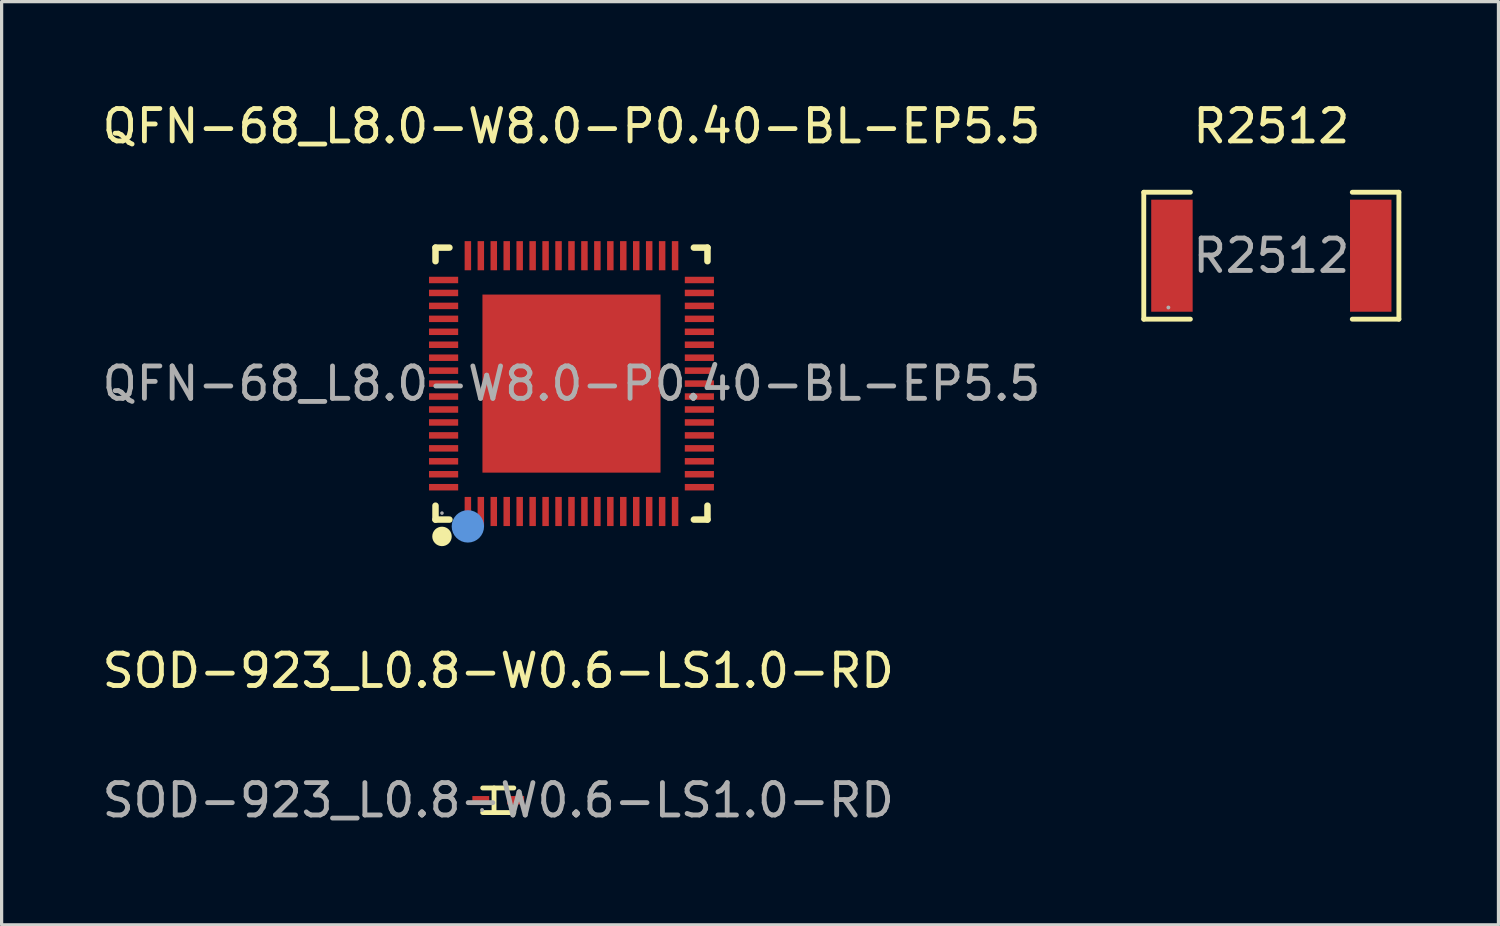
<source format=kicad_pcb>
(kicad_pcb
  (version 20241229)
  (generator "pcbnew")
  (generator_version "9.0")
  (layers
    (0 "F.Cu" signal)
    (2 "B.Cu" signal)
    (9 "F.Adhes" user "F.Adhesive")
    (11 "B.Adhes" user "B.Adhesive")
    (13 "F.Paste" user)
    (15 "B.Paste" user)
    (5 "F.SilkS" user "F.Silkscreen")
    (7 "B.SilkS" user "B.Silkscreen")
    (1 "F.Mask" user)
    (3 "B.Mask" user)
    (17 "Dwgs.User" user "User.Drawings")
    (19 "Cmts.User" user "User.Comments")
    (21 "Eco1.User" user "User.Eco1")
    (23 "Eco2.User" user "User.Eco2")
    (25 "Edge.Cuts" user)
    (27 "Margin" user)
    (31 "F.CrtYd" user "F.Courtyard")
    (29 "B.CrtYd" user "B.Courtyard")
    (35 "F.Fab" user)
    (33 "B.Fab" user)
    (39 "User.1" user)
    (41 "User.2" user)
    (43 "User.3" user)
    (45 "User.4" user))
  (footprint "SOD-923_L0.8-W0.6-LS1.0-RD"
    (layer "F.Cu")
    (at 12.339 21.667)
    (property "Reference" "SOD-923_L0.8-W0.6-LS1.0-RD" (at 0 -4 0) (layer "F.SilkS") (effects (font (size 1 1) (thickness 0.15))))
    (attr smd)
    (fp_line (start -0.48 -0.38) (end 0.48 -0.38) (stroke (width 0.15) (type solid)) (layer "F.SilkS"))
    (fp_line (start -0.48 0.38) (end 0.48 0.38) (stroke (width 0.15) (type solid)) (layer "F.SilkS"))
    (fp_line (start -0.13 -0.38) (end -0.13 0.37) (stroke (width 0.15) (type solid)) (layer "F.SilkS"))
    (fp_circle (center -0.5 0.3) (end -0.47 0.3) (stroke (width 0.06) (type solid)) (fill no) (layer "F.Fab"))
    (fp_text user "${REFERENCE}" (at 0 0 0) (layer "F.Fab") (effects (font (size 1 1) (thickness 0.15))))
    (pad "1" smd rect (at -0.54 0 180) (size 0.52 0.26) (layers "F.Cu" "F.Mask" "F.Paste"))
    (pad "2" smd rect (at 0.54 0 180) (size 0.52 0.26) (layers "F.Cu" "F.Mask" "F.Paste")))
  (footprint "R2512"
    (layer "F.Cu")
    (at 36.217 4.848)
    (property "Reference" "R2512" (at 0 -4 0) (layer "F.SilkS") (effects (font (size 1 1) (thickness 0.15))))
    (attr through_hole)
    (fp_line (start -3.94 -1.96) (end -2.5 -1.96) (stroke (width 0.15) (type solid)) (layer "F.SilkS"))
    (fp_line (start -3.94 1.96) (end -3.94 -1.96) (stroke (width 0.15) (type solid)) (layer "F.SilkS"))
    (fp_line (start -2.5 1.96) (end -3.94 1.96) (stroke (width 0.15) (type solid)) (layer "F.SilkS"))
    (fp_line (start 2.5 1.96) (end 3.94 1.96) (stroke (width 0.15) (type solid)) (layer "F.SilkS"))
    (fp_line (start 3.94 -1.96) (end 2.5 -1.96) (stroke (width 0.15) (type solid)) (layer "F.SilkS"))
    (fp_line (start 3.94 1.96) (end 3.94 -1.96) (stroke (width 0.15) (type solid)) (layer "F.SilkS"))
    (fp_circle (center -3.18 1.6) (end -3.15 1.6) (stroke (width 0.06) (type solid)) (fill no) (layer "F.Fab"))
    (fp_text user "${REFERENCE}" (at 0 0 0) (layer "F.Fab") (effects (font (size 1 1) (thickness 0.15))))
    (pad "1" smd rect (at -3.07 0) (size 1.28 3.46) (layers "F.Cu" "F.Mask" "F.Paste"))
    (pad "2" smd rect (at 3.07 0) (size 1.28 3.46) (layers "F.Cu" "F.Mask" "F.Paste")))
  (footprint "QFN-68_L8.0-W8.0-P0.40-BL-EP5.5"
    (layer "F.Cu")
    (at 14.601 8.798)
    (property "Reference" "QFN-68_L8.0-W8.0-P0.40-BL-EP5.5" (at 0 -7.95 0) (layer "F.SilkS") (effects (font (size 1 1) (thickness 0.15))))
    (attr smd)
    (fp_line (start -4.2 -4.2) (end -4.2 -3.78) (stroke (width 0.2) (type solid)) (layer "F.SilkS"))
    (fp_line (start -4.2 4.2) (end -4.2 3.77) (stroke (width 0.2) (type solid)) (layer "F.SilkS"))
    (fp_line (start -3.77 -4.2) (end -4.2 -4.2) (stroke (width 0.2) (type solid)) (layer "F.SilkS"))
    (fp_line (start -3.77 4.2) (end -4.2 4.2) (stroke (width 0.2) (type solid)) (layer "F.SilkS"))
    (fp_line (start 3.78 4.2) (end 4.2 4.2) (stroke (width 0.2) (type solid)) (layer "F.SilkS"))
    (fp_line (start 4.2 -4.2) (end 3.78 -4.2) (stroke (width 0.2) (type solid)) (layer "F.SilkS"))
    (fp_line (start 4.2 -3.78) (end 4.2 -4.2) (stroke (width 0.2) (type solid)) (layer "F.SilkS"))
    (fp_line (start 4.2 4.2) (end 4.2 3.77) (stroke (width 0.2) (type solid)) (layer "F.SilkS"))
    (fp_arc (start -3.99 4.57) (mid -4.004995 4.87025) (end -4.000016 4.569667) (stroke (width 0.3) (type solid)) (layer "F.SilkS"))
    (fp_circle (center -3.2 4.41) (end -2.95 4.41) (stroke (width 0.5) (type solid)) (fill no) (layer "Cmts.User"))
    (fp_circle (center -4 4) (end -3.97 4) (stroke (width 0.05) (type solid)) (fill no) (layer "F.Fab"))
    (fp_text user "${REFERENCE}" (at 0 0 0) (layer "F.Fab") (effects (font (size 1 1) (thickness 0.15))))
    (pad "1" smd rect (at -3.2 3.95) (size 0.2 0.9) (layers "F.Cu" "F.Mask" "F.Paste"))
    (pad "2" smd rect (at -2.8 3.95) (size 0.2 0.9) (layers "F.Cu" "F.Mask" "F.Paste"))
    (pad "3" smd rect (at -2.4 3.95) (size 0.2 0.9) (layers "F.Cu" "F.Mask" "F.Paste"))
    (pad "4" smd rect (at -2 3.95) (size 0.2 0.9) (layers "F.Cu" "F.Mask" "F.Paste"))
    (pad "5" smd rect (at -1.6 3.95) (size 0.2 0.9) (layers "F.Cu" "F.Mask" "F.Paste"))
    (pad "6" smd rect (at -1.2 3.95) (size 0.2 0.9) (layers "F.Cu" "F.Mask" "F.Paste"))
    (pad "7" smd rect (at -0.8 3.95) (size 0.2 0.9) (layers "F.Cu" "F.Mask" "F.Paste"))
    (pad "8" smd rect (at -0.4 3.95) (size 0.2 0.9) (layers "F.Cu" "F.Mask" "F.Paste"))
    (pad "9" smd rect (at 0 3.95) (size 0.2 0.9) (layers "F.Cu" "F.Mask" "F.Paste"))
    (pad "10" smd rect (at 0.4 3.95) (size 0.2 0.9) (layers "F.Cu" "F.Mask" "F.Paste"))
    (pad "11" smd rect (at 0.8 3.95) (size 0.2 0.9) (layers "F.Cu" "F.Mask" "F.Paste"))
    (pad "12" smd rect (at 1.2 3.95) (size 0.2 0.9) (layers "F.Cu" "F.Mask" "F.Paste"))
    (pad "13" smd rect (at 1.6 3.95) (size 0.2 0.9) (layers "F.Cu" "F.Mask" "F.Paste"))
    (pad "14" smd rect (at 2 3.95) (size 0.2 0.9) (layers "F.Cu" "F.Mask" "F.Paste"))
    (pad "15" smd rect (at 2.4 3.95) (size 0.2 0.9) (layers "F.Cu" "F.Mask" "F.Paste"))
    (pad "16" smd rect (at 2.8 3.95) (size 0.2 0.9) (layers "F.Cu" "F.Mask" "F.Paste"))
    (pad "17" smd rect (at 3.2 3.95) (size 0.2 0.9) (layers "F.Cu" "F.Mask" "F.Paste"))
    (pad "18" smd rect (at 3.95 3.2) (size 0.9 0.2) (layers "F.Cu" "F.Mask" "F.Paste"))
    (pad "19" smd rect (at 3.95 2.8) (size 0.9 0.2) (layers "F.Cu" "F.Mask" "F.Paste"))
    (pad "20" smd rect (at 3.95 2.4) (size 0.9 0.2) (layers "F.Cu" "F.Mask" "F.Paste"))
    (pad "21" smd rect (at 3.95 2) (size 0.9 0.2) (layers "F.Cu" "F.Mask" "F.Paste"))
    (pad "22" smd rect (at 3.95 1.6) (size 0.9 0.2) (layers "F.Cu" "F.Mask" "F.Paste"))
    (pad "23" smd rect (at 3.95 1.2) (size 0.9 0.2) (layers "F.Cu" "F.Mask" "F.Paste"))
    (pad "24" smd rect (at 3.95 0.8) (size 0.9 0.2) (layers "F.Cu" "F.Mask" "F.Paste"))
    (pad "25" smd rect (at 3.95 0.4) (size 0.9 0.2) (layers "F.Cu" "F.Mask" "F.Paste"))
    (pad "26" smd rect (at 3.95 0) (size 0.9 0.2) (layers "F.Cu" "F.Mask" "F.Paste"))
    (pad "27" smd rect (at 3.95 -0.4) (size 0.9 0.2) (layers "F.Cu" "F.Mask" "F.Paste"))
    (pad "28" smd rect (at 3.95 -0.8) (size 0.9 0.2) (layers "F.Cu" "F.Mask" "F.Paste"))
    (pad "29" smd rect (at 3.95 -1.2) (size 0.9 0.2) (layers "F.Cu" "F.Mask" "F.Paste"))
    (pad "30" smd rect (at 3.95 -1.6) (size 0.9 0.2) (layers "F.Cu" "F.Mask" "F.Paste"))
    (pad "31" smd rect (at 3.95 -2) (size 0.9 0.2) (layers "F.Cu" "F.Mask" "F.Paste"))
    (pad "32" smd rect (at 3.95 -2.4) (size 0.9 0.2) (layers "F.Cu" "F.Mask" "F.Paste"))
    (pad "33" smd rect (at 3.95 -2.8) (size 0.9 0.2) (layers "F.Cu" "F.Mask" "F.Paste"))
    (pad "34" smd rect (at 3.95 -3.2) (size 0.9 0.2) (layers "F.Cu" "F.Mask" "F.Paste"))
    (pad "35" smd rect (at 3.2 -3.95) (size 0.2 0.9) (layers "F.Cu" "F.Mask" "F.Paste"))
    (pad "36" smd rect (at 2.8 -3.95) (size 0.2 0.9) (layers "F.Cu" "F.Mask" "F.Paste"))
    (pad "37" smd rect (at 2.4 -3.95) (size 0.2 0.9) (layers "F.Cu" "F.Mask" "F.Paste"))
    (pad "38" smd rect (at 2 -3.95) (size 0.2 0.9) (layers "F.Cu" "F.Mask" "F.Paste"))
    (pad "39" smd rect (at 1.6 -3.95) (size 0.2 0.9) (layers "F.Cu" "F.Mask" "F.Paste"))
    (pad "40" smd rect (at 1.2 -3.95) (size 0.2 0.9) (layers "F.Cu" "F.Mask" "F.Paste"))
    (pad "41" smd rect (at 0.8 -3.95) (size 0.2 0.9) (layers "F.Cu" "F.Mask" "F.Paste"))
    (pad "42" smd rect (at 0.4 -3.95) (size 0.2 0.9) (layers "F.Cu" "F.Mask" "F.Paste"))
    (pad "43" smd rect (at 0 -3.95) (size 0.2 0.9) (layers "F.Cu" "F.Mask" "F.Paste"))
    (pad "44" smd rect (at -0.4 -3.95) (size 0.2 0.9) (layers "F.Cu" "F.Mask" "F.Paste"))
    (pad "45" smd rect (at -0.8 -3.95) (size 0.2 0.9) (layers "F.Cu" "F.Mask" "F.Paste"))
    (pad "46" smd rect (at -1.2 -3.95) (size 0.2 0.9) (layers "F.Cu" "F.Mask" "F.Paste"))
    (pad "47" smd rect (at -1.6 -3.95) (size 0.2 0.9) (layers "F.Cu" "F.Mask" "F.Paste"))
    (pad "48" smd rect (at -2 -3.95) (size 0.2 0.9) (layers "F.Cu" "F.Mask" "F.Paste"))
    (pad "49" smd rect (at -2.4 -3.95) (size 0.2 0.9) (layers "F.Cu" "F.Mask" "F.Paste"))
    (pad "50" smd rect (at -2.8 -3.95) (size 0.2 0.9) (layers "F.Cu" "F.Mask" "F.Paste"))
    (pad "51" smd rect (at -3.2 -3.95) (size 0.2 0.9) (layers "F.Cu" "F.Mask" "F.Paste"))
    (pad "52" smd rect (at -3.95 -3.2) (size 0.9 0.2) (layers "F.Cu" "F.Mask" "F.Paste"))
    (pad "53" smd rect (at -3.95 -2.8) (size 0.9 0.2) (layers "F.Cu" "F.Mask" "F.Paste"))
    (pad "54" smd rect (at -3.95 -2.4) (size 0.9 0.2) (layers "F.Cu" "F.Mask" "F.Paste"))
    (pad "55" smd rect (at -3.95 -2) (size 0.9 0.2) (layers "F.Cu" "F.Mask" "F.Paste"))
    (pad "56" smd rect (at -3.95 -1.6) (size 0.9 0.2) (layers "F.Cu" "F.Mask" "F.Paste"))
    (pad "57" smd rect (at -3.95 -1.2) (size 0.9 0.2) (layers "F.Cu" "F.Mask" "F.Paste"))
    (pad "58" smd rect (at -3.95 -0.8) (size 0.9 0.2) (layers "F.Cu" "F.Mask" "F.Paste"))
    (pad "59" smd rect (at -3.95 -0.4) (size 0.9 0.2) (layers "F.Cu" "F.Mask" "F.Paste"))
    (pad "60" smd rect (at -3.95 0) (size 0.9 0.2) (layers "F.Cu" "F.Mask" "F.Paste"))
    (pad "61" smd rect (at -3.95 0.4) (size 0.9 0.2) (layers "F.Cu" "F.Mask" "F.Paste"))
    (pad "62" smd rect (at -3.95 0.8) (size 0.9 0.2) (layers "F.Cu" "F.Mask" "F.Paste"))
    (pad "63" smd rect (at -3.95 1.2) (size 0.9 0.2) (layers "F.Cu" "F.Mask" "F.Paste"))
    (pad "64" smd rect (at -3.95 1.6) (size 0.9 0.2) (layers "F.Cu" "F.Mask" "F.Paste"))
    (pad "65" smd rect (at -3.95 2) (size 0.9 0.2) (layers "F.Cu" "F.Mask" "F.Paste"))
    (pad "66" smd rect (at -3.95 2.4) (size 0.9 0.2) (layers "F.Cu" "F.Mask" "F.Paste"))
    (pad "67" smd rect (at -3.95 2.8) (size 0.9 0.2) (layers "F.Cu" "F.Mask" "F.Paste"))
    (pad "68" smd rect (at -3.95 3.2) (size 0.9 0.2) (layers "F.Cu" "F.Mask" "F.Paste"))
    (pad "69" smd rect (at 0 0) (size 5.5 5.5) (layers "F.Cu" "F.Mask" "F.Paste")))
  (gr_rect
    (start -3 -3)
    (end 43.232 25.515)
    (stroke (width 0.1) (type default))
    (fill no)
    (layer "Edge.Cuts")))
</source>
